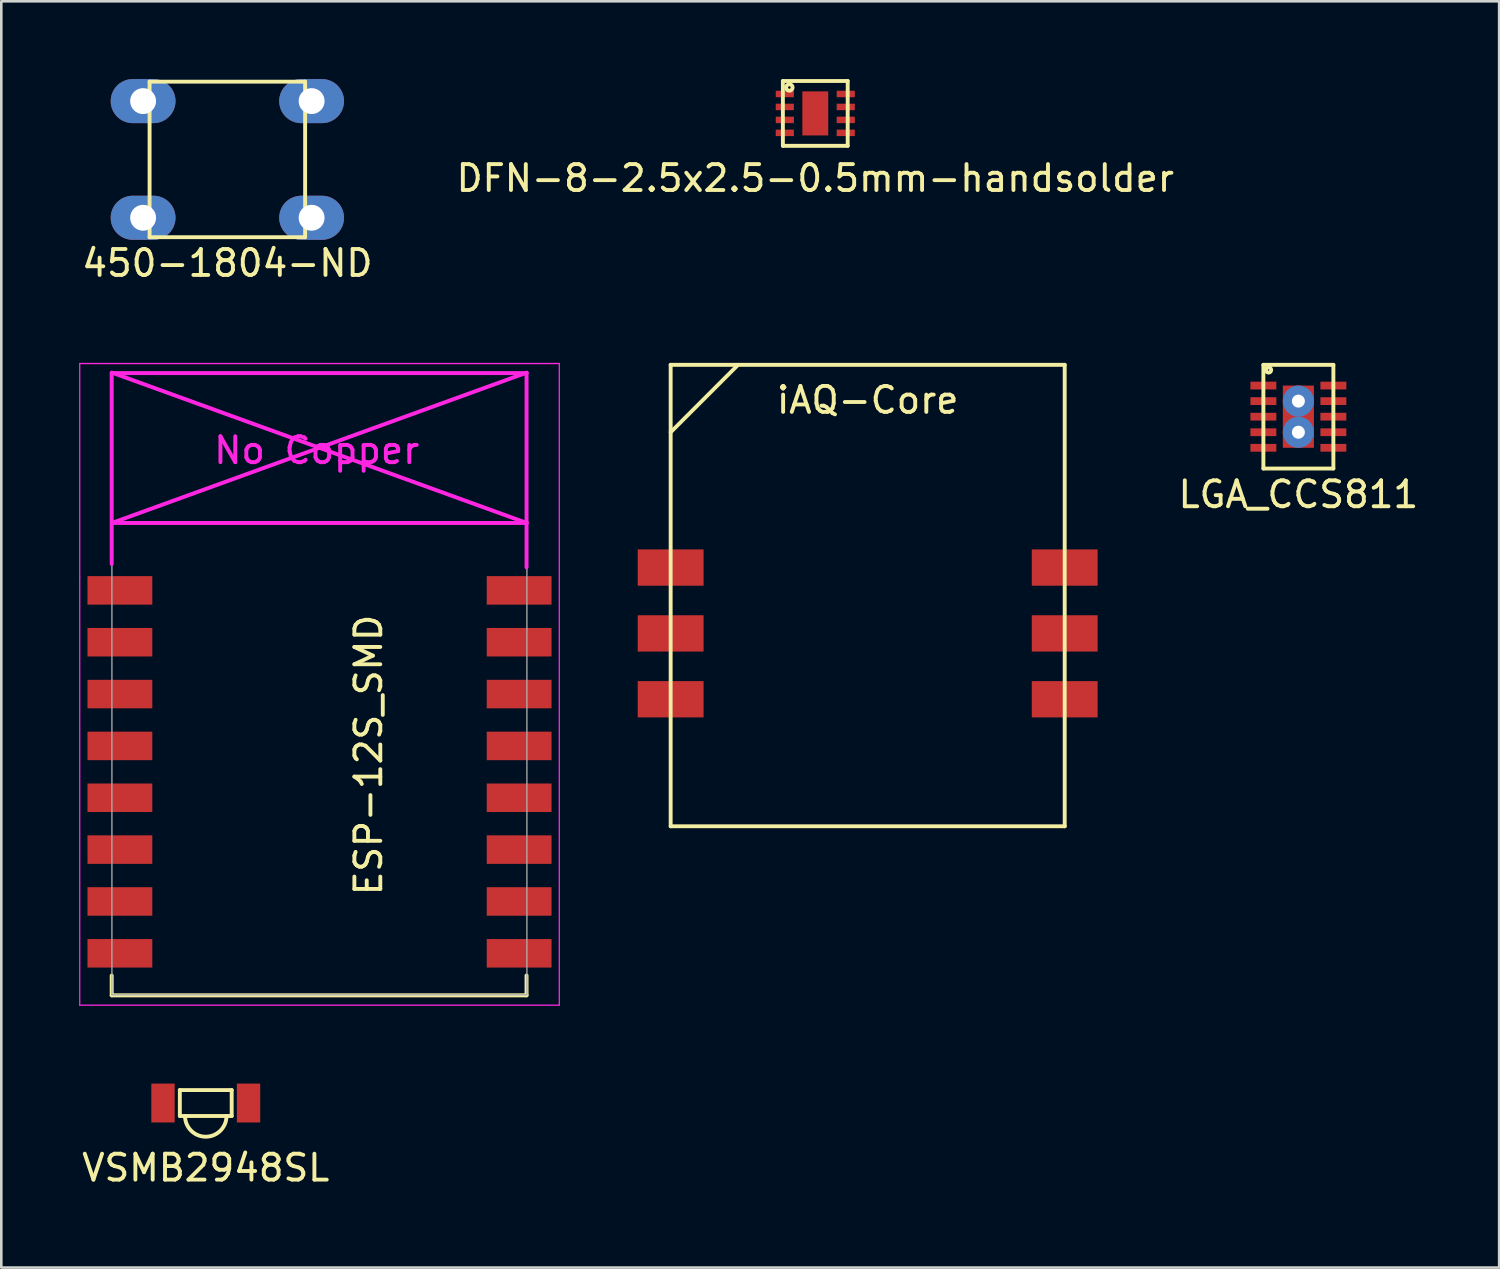
<source format=kicad_pcb>
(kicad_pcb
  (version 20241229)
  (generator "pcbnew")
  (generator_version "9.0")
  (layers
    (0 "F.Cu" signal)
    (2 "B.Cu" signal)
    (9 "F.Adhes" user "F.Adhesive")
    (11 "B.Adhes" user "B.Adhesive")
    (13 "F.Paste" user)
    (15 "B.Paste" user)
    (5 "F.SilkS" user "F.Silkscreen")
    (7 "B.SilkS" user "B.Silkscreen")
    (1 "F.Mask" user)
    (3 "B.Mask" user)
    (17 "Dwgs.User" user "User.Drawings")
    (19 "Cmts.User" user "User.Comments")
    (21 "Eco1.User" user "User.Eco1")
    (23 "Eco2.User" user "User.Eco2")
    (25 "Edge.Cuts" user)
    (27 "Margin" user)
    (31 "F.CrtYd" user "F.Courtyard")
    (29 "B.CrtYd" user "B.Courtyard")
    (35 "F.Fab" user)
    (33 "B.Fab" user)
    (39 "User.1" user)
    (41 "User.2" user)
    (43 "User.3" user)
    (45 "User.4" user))
  (footprint "DFN-8-2.5x2.5-0.5mm-handsolder"
    (layer "F.Cu")
    (at 28.399 1.325)
    (property "Reference" "DFN-8-2.5x2.5-0.5mm-handsolder" (at 0 2.5 0) (layer "F.SilkS") (effects (font (size 1 1) (thickness 0.15))))
    (attr through_hole)
    (fp_line (start -1.25 -1.25) (end 1.25 -1.25) (stroke (width 0.15) (type solid)) (layer "F.SilkS"))
    (fp_line (start -1.25 1.25) (end -1.25 -1.25) (stroke (width 0.15) (type solid)) (layer "F.SilkS"))
    (fp_line (start 1.25 -1.25) (end 1.25 1.25) (stroke (width 0.15) (type solid)) (layer "F.SilkS"))
    (fp_line (start 1.25 1.25) (end -1.25 1.25) (stroke (width 0.15) (type solid)) (layer "F.SilkS"))
    (fp_circle (center -1 -1) (end -1 -0.95) (stroke (width 0.15) (type solid)) (fill no) (layer "F.SilkS"))
    (pad "1" smd rect (at -1.175 -0.75) (size 0.7 0.25) (layers "F.Cu" "F.Mask" "F.Paste"))
    (pad "2" smd rect (at -1.175 -0.25) (size 0.7 0.25) (layers "F.Cu" "F.Mask" "F.Paste"))
    (pad "3" smd rect (at -1.175 0.25) (size 0.7 0.25) (layers "F.Cu" "F.Mask" "F.Paste"))
    (pad "4" smd rect (at -1.175 0.75) (size 0.7 0.25) (layers "F.Cu" "F.Mask" "F.Paste"))
    (pad "5" smd rect (at 1.175 0.75) (size 0.7 0.25) (layers "F.Cu" "F.Mask" "F.Paste"))
    (pad "6" smd rect (at 1.175 0.25) (size 0.7 0.25) (layers "F.Cu" "F.Mask" "F.Paste"))
    (pad "7" smd rect (at 1.175 -0.25) (size 0.7 0.25) (layers "F.Cu" "F.Mask" "F.Paste"))
    (pad "8" smd rect (at 0 0) (size 1 1.7) (layers "F.Cu" "F.Mask" "F.Paste"))
    (pad "8" smd rect (at 1.175 -0.75) (size 0.7 0.25) (layers "F.Cu" "F.Mask" "F.Paste")))
  (footprint "450-1804-ND"
    (layer "F.Cu")
    (at 5.72 3.1)
    (property "Reference" "450-1804-ND" (at 0 4 0) (layer "F.SilkS") (effects (font (size 1 1) (thickness 0.15))))
    (attr through_hole)
    (fp_line (start -3 -3) (end -3 3) (stroke (width 0.15) (type solid)) (layer "F.SilkS"))
    (fp_line (start -3 3) (end 3 3) (stroke (width 0.15) (type solid)) (layer "F.SilkS"))
    (fp_line (start 3 -3) (end -3 -3) (stroke (width 0.15) (type solid)) (layer "F.SilkS"))
    (fp_line (start 3 3) (end 3 -3) (stroke (width 0.15) (type solid)) (layer "F.SilkS"))
    (pad "1" thru_hole oval (at -3.25 -2.25) (size 2.5 1.7) (drill 1) (layers "*.Cu" "*.Mask"))
    (pad "1" thru_hole oval (at 3.25 -2.25) (size 2.5 1.7) (drill 1) (layers "*.Cu" "*.Mask"))
    (pad "2" thru_hole oval (at -3.25 2.25) (size 2.5 1.7) (drill 1) (layers "*.Cu" "*.Mask"))
    (pad "2" thru_hole oval (at 3.25 2.25) (size 2.5 1.7) (drill 1) (layers "*.Cu" "*.Mask")))
  (footprint "LGA_CCS811"
    (layer "F.Cu")
    (at 47.034 13.023)
    (property "Reference" "LGA_CCS811" (at 0 3 0) (layer "F.SilkS") (effects (font (size 1 1) (thickness 0.15))))
    (attr through_hole)
    (fp_line (start -1.35 -2) (end 1.35 -2) (stroke (width 0.15) (type solid)) (layer "F.SilkS"))
    (fp_line (start -1.35 2) (end -1.35 -2) (stroke (width 0.15) (type solid)) (layer "F.SilkS"))
    (fp_line (start 1.35 -2) (end 1.35 2) (stroke (width 0.15) (type solid)) (layer "F.SilkS"))
    (fp_line (start 1.35 2) (end -1.35 2) (stroke (width 0.15) (type solid)) (layer "F.SilkS"))
    (fp_circle (center -1.15 -1.8) (end -1.05 -1.8) (stroke (width 0.15) (type solid)) (fill no) (layer "F.SilkS"))
    (pad "1" smd rect (at -1.1 -1.2) (size 1 0.3) (drill (offset -0.25 0)) (layers "F.Cu" "F.Mask" "F.Paste"))
    (pad "2" smd rect (at -1.1 -0.6) (size 1 0.3) (drill (offset -0.25 0)) (layers "F.Cu" "F.Mask" "F.Paste"))
    (pad "3" smd rect (at -1.1 0) (size 1 0.3) (drill (offset -0.25 0)) (layers "F.Cu" "F.Mask" "F.Paste"))
    (pad "4" smd rect (at -1.1 0.6) (size 1 0.3) (drill (offset -0.25 0)) (layers "F.Cu" "F.Mask" "F.Paste"))
    (pad "5" smd rect (at -1.1 1.2) (size 1 0.3) (drill (offset -0.25 0)) (layers "F.Cu" "F.Mask" "F.Paste"))
    (pad "6" smd rect (at 1.1 1.2) (size 1 0.3) (drill (offset 0.25 0)) (layers "F.Cu" "F.Mask" "F.Paste"))
    (pad "7" smd rect (at 1.1 0.6) (size 1 0.3) (drill (offset 0.25 0)) (layers "F.Cu" "F.Mask" "F.Paste"))
    (pad "8" smd rect (at 1.1 0) (size 1 0.3) (drill (offset 0.25 0)) (layers "F.Cu" "F.Mask" "F.Paste"))
    (pad "9" smd rect (at 1.1 -0.6) (size 1 0.3) (drill (offset 0.25 0)) (layers "F.Cu" "F.Mask" "F.Paste"))
    (pad "10" smd rect (at 1.1 -1.2) (size 1 0.3) (drill (offset 0.25 0)) (layers "F.Cu" "F.Mask" "F.Paste"))
    (pad "EP" thru_hole circle (at 0 -0.6) (size 1.2 1.2) (drill 0.5) (layers "*.Cu" "*.Mask"))
    (pad "EP" smd rect (at 0 0) (size 1.2 2.4) (layers "F.Cu" "F.Mask" "F.Paste"))
    (pad "EP" thru_hole circle (at 0 0.6) (size 1.2 1.2) (drill 0.5) (layers "*.Cu" "*.Mask")))
  (footprint "iAQ-Core"
    (layer "F.Cu")
    (at 30.42 21.383)
    (property "Reference" "iAQ-Core" (at 0 -9 0) (layer "F.SilkS") (effects (font (size 1 1) (thickness 0.15))))
    (attr through_hole)
    (fp_line (start -7.6 -10.36) (end 7.6 -10.36) (stroke (width 0.15) (type solid)) (layer "F.SilkS"))
    (fp_line (start -7.6 7.44) (end -7.6 -10.36) (stroke (width 0.15) (type solid)) (layer "F.SilkS"))
    (fp_line (start -5 -10.36) (end -7.6 -7.76) (stroke (width 0.15) (type solid)) (layer "F.SilkS"))
    (fp_line (start 7.6 -10.36) (end 7.6 7.44) (stroke (width 0.15) (type solid)) (layer "F.SilkS"))
    (fp_line (start 7.6 7.44) (end -7.6 7.44) (stroke (width 0.15) (type solid)) (layer "F.SilkS"))
    (pad "1" smd rect (at -7.6 -2.54) (size 2.54 1.4) (layers "F.Cu" "F.Mask" "F.Paste"))
    (pad "2" smd rect (at -7.6 0) (size 2.54 1.4) (layers "F.Cu" "F.Mask" "F.Paste"))
    (pad "3" smd rect (at -7.6 2.54) (size 2.54 1.4) (layers "F.Cu" "F.Mask" "F.Paste"))
    (pad "4" smd rect (at 7.6 2.54) (size 2.54 1.4) (layers "F.Cu" "F.Mask" "F.Paste"))
    (pad "5" smd rect (at 7.6 0) (size 2.54 1.4) (layers "F.Cu" "F.Mask" "F.Paste"))
    (pad "6" smd rect (at 7.6 -2.54) (size 2.54 1.4) (layers "F.Cu" "F.Mask" "F.Paste")))
  (footprint "ESP-12S_SMD"
    (layer "F.Cu")
    (at 2.275 19.723)
    (property "Reference" "ESP-12S_SMD" (at 8.89 6.35 90) (layer "F.SilkS") (effects (font (size 1 1) (thickness 0.15))))
    (attr through_hole)
    (fp_line (start -1.016 14.859) (end -1.016 15.621) (stroke (width 0.152) (type solid)) (layer "F.SilkS"))
    (fp_line (start -1.016 15.621) (end 14.986 15.621) (stroke (width 0.152) (type solid)) (layer "F.SilkS"))
    (fp_line (start 14.986 15.621) (end 14.986 14.859) (stroke (width 0.152) (type solid)) (layer "F.SilkS"))
    (fp_line (start -2.25 -8.75) (end 15.25 -8.75) (stroke (width 0.05) (type solid)) (layer "F.CrtYd"))
    (fp_line (start -2.25 -0.5) (end -2.25 -8.75) (stroke (width 0.05) (type solid)) (layer "F.CrtYd"))
    (fp_line (start -2.25 16) (end -2.25 -0.5) (stroke (width 0.05) (type solid)) (layer "F.CrtYd"))
    (fp_line (start -1.016 -8.382) (end -1.016 -1.016) (stroke (width 0.152) (type solid)) (layer "F.CrtYd"))
    (fp_line (start -1.016 -8.382) (end 14.986 -8.382) (stroke (width 0.152) (type solid)) (layer "F.CrtYd"))
    (fp_line (start -1.008 -8.4) (end 14.992 -2.6) (stroke (width 0.152) (type solid)) (layer "F.CrtYd"))
    (fp_line (start -1.008 -2.6) (end 14.992 -2.6) (stroke (width 0.152) (type solid)) (layer "F.CrtYd"))
    (fp_line (start 14.986 -8.382) (end 14.986 -0.889) (stroke (width 0.152) (type solid)) (layer "F.CrtYd"))
    (fp_line (start 14.992 -8.4) (end -1.008 -2.6) (stroke (width 0.152) (type solid)) (layer "F.CrtYd"))
    (fp_line (start 15.25 -8.75) (end 16.25 -8.75) (stroke (width 0.05) (type solid)) (layer "F.CrtYd"))
    (fp_line (start 16.25 -8.75) (end 16.25 16) (stroke (width 0.05) (type solid)) (layer "F.CrtYd"))
    (fp_line (start 16.25 16) (end -2.25 16) (stroke (width 0.05) (type solid)) (layer "F.CrtYd"))
    (fp_line (start -1.008 -8.4) (end 14.992 -8.4) (stroke (width 0.05) (type solid)) (layer "F.Fab"))
    (fp_line (start -1.008 15.6) (end -1.008 -8.4) (stroke (width 0.05) (type solid)) (layer "F.Fab"))
    (fp_line (start 14.992 15.6) (end -1.008 15.6) (stroke (width 0.05) (type solid)) (layer "F.Fab"))
    (fp_line (start 15 -8.4) (end 15 15.6) (stroke (width 0.05) (type solid)) (layer "F.Fab"))
    (fp_text user "No Copper" (at 6.892 -5.4 0) (layer "F.CrtYd") (effects (font (size 1 1) (thickness 0.15))))
    (pad "1" smd rect (at 0 0) (size 2.5 1.1) (drill (offset -0.7 0)) (layers "F.Cu" "F.Mask" "F.Paste"))
    (pad "2" smd rect (at 0 2) (size 2.5 1.1) (drill (offset -0.7 0)) (layers "F.Cu" "F.Mask" "F.Paste"))
    (pad "3" smd rect (at 0 4) (size 2.5 1.1) (drill (offset -0.7 0)) (layers "F.Cu" "F.Mask" "F.Paste"))
    (pad "4" smd rect (at 0 6) (size 2.5 1.1) (drill (offset -0.7 0)) (layers "F.Cu" "F.Mask" "F.Paste"))
    (pad "5" smd rect (at 0 8) (size 2.5 1.1) (drill (offset -0.7 0)) (layers "F.Cu" "F.Mask" "F.Paste"))
    (pad "6" smd rect (at 0 10) (size 2.5 1.1) (drill (offset -0.7 0)) (layers "F.Cu" "F.Mask" "F.Paste"))
    (pad "7" smd rect (at 0 12) (size 2.5 1.1) (drill (offset -0.7 0)) (layers "F.Cu" "F.Mask" "F.Paste"))
    (pad "8" smd rect (at 0 14) (size 2.5 1.1) (drill (offset -0.7 0)) (layers "F.Cu" "F.Mask" "F.Paste"))
    (pad "9" smd rect (at 14 14) (size 2.5 1.1) (drill (offset 0.7 0)) (layers "F.Cu" "F.Mask" "F.Paste"))
    (pad "10" smd rect (at 14 12) (size 2.5 1.1) (drill (offset 0.7 0)) (layers "F.Cu" "F.Mask" "F.Paste"))
    (pad "11" smd rect (at 14 10) (size 2.5 1.1) (drill (offset 0.7 0)) (layers "F.Cu" "F.Mask" "F.Paste"))
    (pad "12" smd rect (at 14 8) (size 2.5 1.1) (drill (offset 0.7 0)) (layers "F.Cu" "F.Mask" "F.Paste"))
    (pad "13" smd rect (at 14 6) (size 2.5 1.1) (drill (offset 0.7 0)) (layers "F.Cu" "F.Mask" "F.Paste"))
    (pad "14" smd rect (at 14 4) (size 2.5 1.1) (drill (offset 0.7 0)) (layers "F.Cu" "F.Mask" "F.Paste"))
    (pad "15" smd rect (at 14 2) (size 2.5 1.1) (drill (offset 0.7 0)) (layers "F.Cu" "F.Mask" "F.Paste"))
    (pad "16" smd rect (at 14 0) (size 2.5 1.1) (drill (offset 0.7 0)) (layers "F.Cu" "F.Mask" "F.Paste")))
  (footprint "VSMB2948SL"
    (layer "F.Cu")
    (at 4.887 39.498)
    (property "Reference" "VSMB2948SL" (at 0 2.5 0) (layer "F.SilkS") (effects (font (size 1 1) (thickness 0.15))))
    (attr through_hole)
    (fp_line (start -1 -0.5) (end 1 -0.5) (stroke (width 0.15) (type solid)) (layer "F.SilkS"))
    (fp_line (start -1 0.5) (end -1 -0.5) (stroke (width 0.15) (type solid)) (layer "F.SilkS"))
    (fp_line (start 1 -0.5) (end 1 0.5) (stroke (width 0.15) (type solid)) (layer "F.SilkS"))
    (fp_line (start 1 0.5) (end -1 0.5) (stroke (width 0.15) (type solid)) (layer "F.SilkS"))
    (fp_arc (start 0.8 0.5) (mid 0 1.3) (end -0.8 0.5) (stroke (width 0.15) (type solid)) (layer "F.SilkS"))
    (pad "1" smd rect (at -1.65 0) (size 0.9 1.5) (layers "F.Cu" "F.Mask" "F.Paste"))
    (pad "2" smd rect (at 1.65 0) (size 0.9 1.5) (layers "F.Cu" "F.Mask" "F.Paste")))
  (gr_rect
    (start -3 -3)
    (end 54.778 45.846)
    (stroke (width 0.1) (type default))
    (fill no)
    (layer "Edge.Cuts")))
</source>
